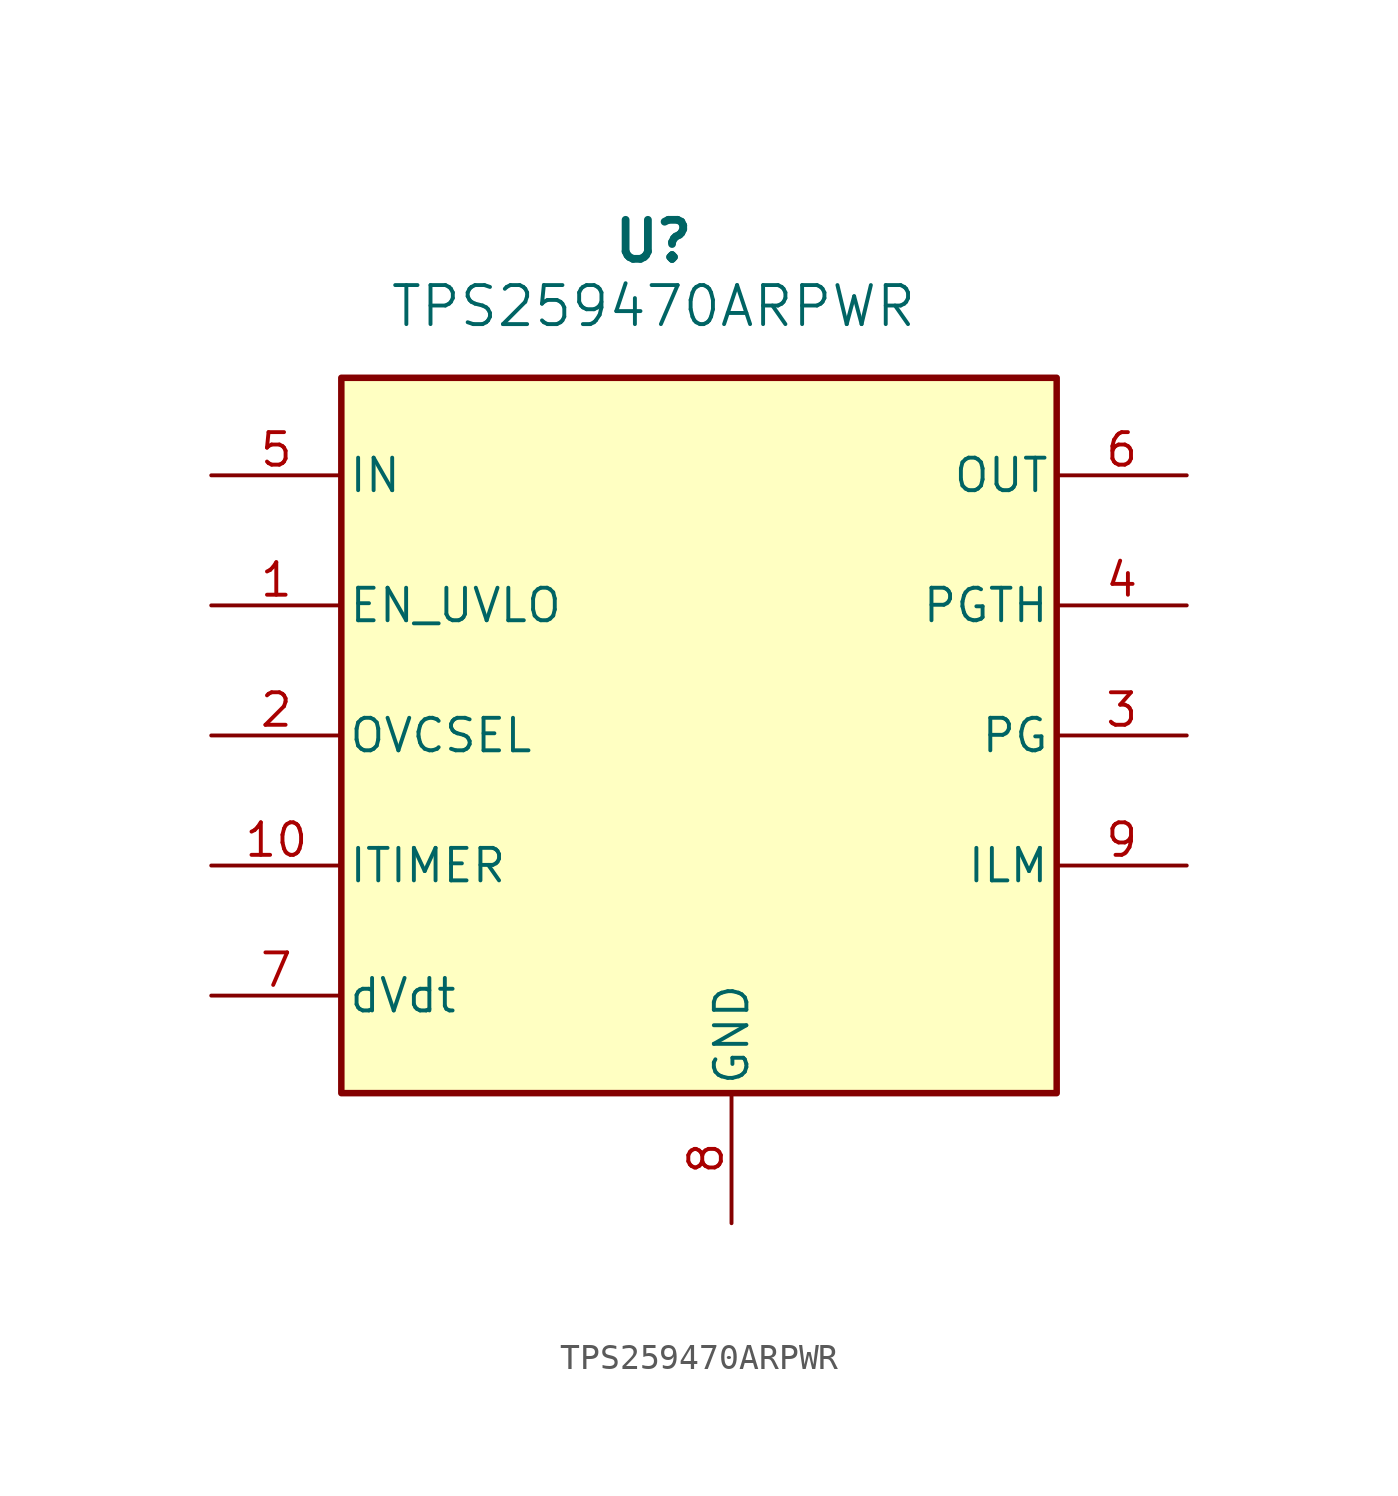
<source format=kicad_sym>
(kicad_symbol_lib
  (version 20231120)
  (generator "kicad_symbol_editor")
  (generator_version "8.0")
  (symbol "TPS259470ARPWR"
    (pin_names
      (offset 0.254))
    (property "Reference" "U"
      (at 17.272 9.144 0)
      (effects (font (size 1.524 1.524) (bold yes))))
    (property "Value" "TPS259470ARPWR"
      (at 17.272 6.604 0)
      (effects (font (size 1.524 1.524))))
    (symbol "TPS259470ARPWR_0_1"
      (rectangle (start 5.08 3.81) (end 33.02 -24.13) (stroke (width 0.254) (type default)) (fill (type background)))
      (pin input line (at 0 -5.08 0) (length 5.08) (name "EN_UVLO" (effects (font (size 1.27 1.27)))) (number "1" (effects (font (size 1.27 1.27)))))
      (pin output line (at 0 -15.24 0) (length 5.08) (name "ITIMER" (effects (font (size 1.27 1.27)))) (number "10" (effects (font (size 1.27 1.27)))))
      (pin input line (at 0 -10.16 0) (length 5.08) (name "OVCSEL" (effects (font (size 1.27 1.27)))) (number "2" (effects (font (size 1.27 1.27)))))
      (pin output line (at 38.1 -10.16 180) (length 5.08) (name "PG" (effects (font (size 1.27 1.27)))) (number "3" (effects (font (size 1.27 1.27)))))
      (pin input line (at 38.1 -5.08 180) (length 5.08) (name "PGTH" (effects (font (size 1.27 1.27)))) (number "4" (effects (font (size 1.27 1.27)))))
      (pin power_in line (at 0 0 0) (length 5.08) (name "IN" (effects (font (size 1.27 1.27)))) (number "5" (effects (font (size 1.27 1.27)))))
      (pin power_in line (at 38.1 0 180) (length 5.08) (name "OUT" (effects (font (size 1.27 1.27)))) (number "6" (effects (font (size 1.27 1.27)))))
      (pin output line (at 0 -20.32 0) (length 5.08) (name "dVdt" (effects (font (size 1.27 1.27)))) (number "7" (effects (font (size 1.27 1.27)))))
      (pin power_in line (at 20.32 -29.21 90) (length 5.08) (name "GND" (effects (font (size 1.27 1.27)))) (number "8" (effects (font (size 1.27 1.27)))))
      (pin output line (at 38.1 -15.24 180) (length 5.08) (name "ILM" (effects (font (size 1.27 1.27)))) (number "9" (effects (font (size 1.27 1.27))))))))
</source>
